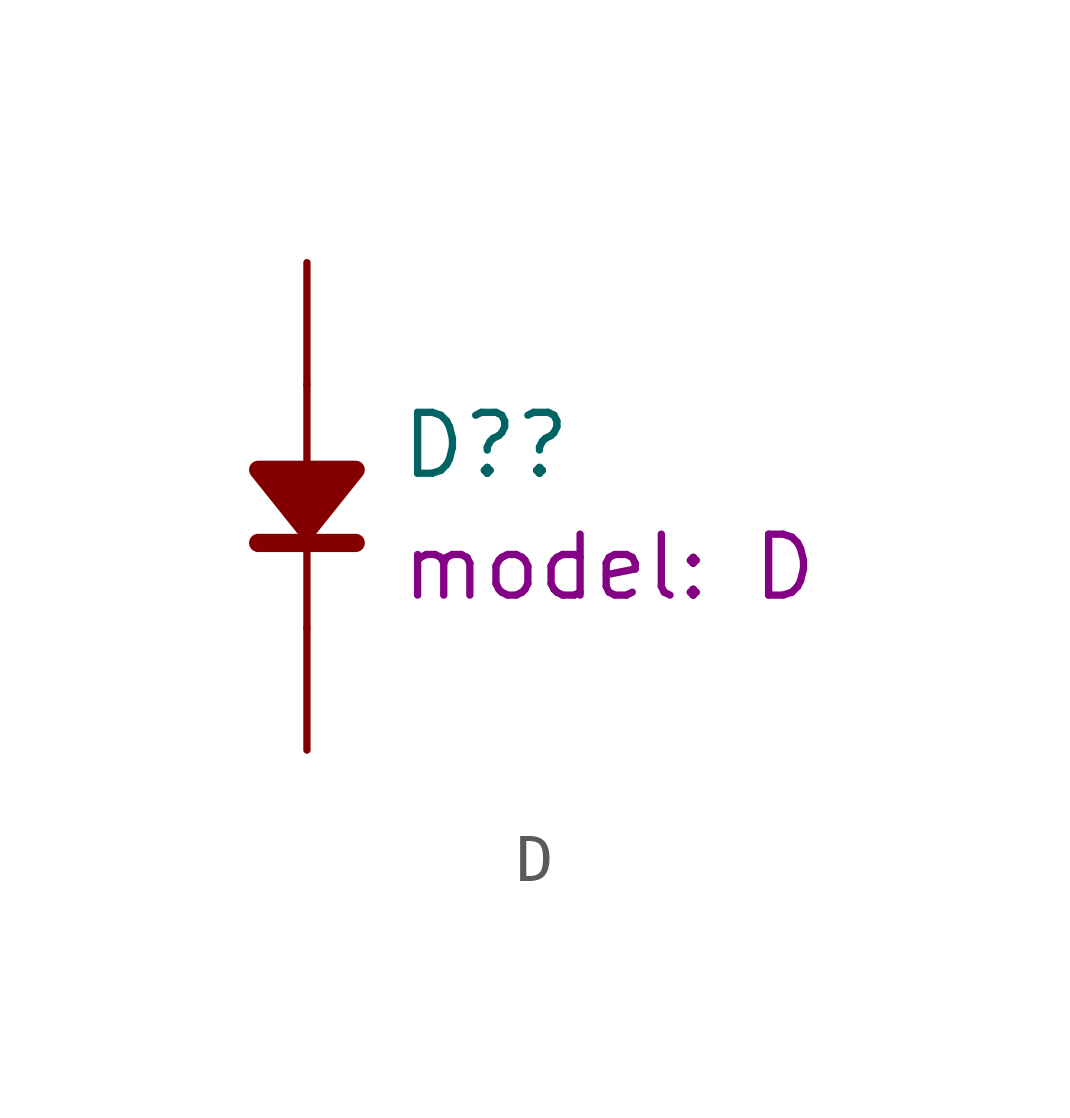
<source format=kicad_sym>
(kicad_symbol_lib
  (version 20241209)
  (generator "kicad_symbol_editor")
  (generator_version "9.0")
  (symbol "D"
    (pin_numbers
      (hide yes))
    (pin_names
      (offset 1.016)
      (hide yes))
    (property "Reference" "D?"
      (at 1.905 1.27 0)
      (effects (font (size 1.27 1.27)) (justify left)))
    (property "model" "D"
      (at 1.905 -1.27 0)
      (show_name)
      (effects (font (size 1.27 1.27)) (justify left)))
    (symbol "D_0_1"
      (polyline (pts (xy -1.016 -0.762) (xy 1.016 -0.762)) (stroke (width 0.381) (type solid)) (fill (type none)))
      (polyline (pts (xy 0 2.54) (xy 0 0.762) (xy 0 1.016)) (stroke (width 0) (type solid)) (fill (type none)))
      (polyline (pts (xy 0 -0.508) (xy -1.016 0.762) (xy 1.016 0.762) (xy 0 -0.508)) (stroke (width 0.381) (type solid)) (fill (type outline)))
      (polyline (pts (xy 0 -2.54) (xy 0 -0.508)) (stroke (width 0) (type solid)) (fill (type none))))
    (symbol "D_1_0"
      (pin passive line (at 0 5.08 270) (length 2.54) (name "1" (effects (font (size 1.27 1.27)))) (number "1" (effects (font (size 1.27 1.27)))))
      (pin passive line (at 0 -5.08 90) (length 2.54) (name "2" (effects (font (size 1.27 1.27)))) (number "2" (effects (font (size 1.27 1.27))))))))
</source>
